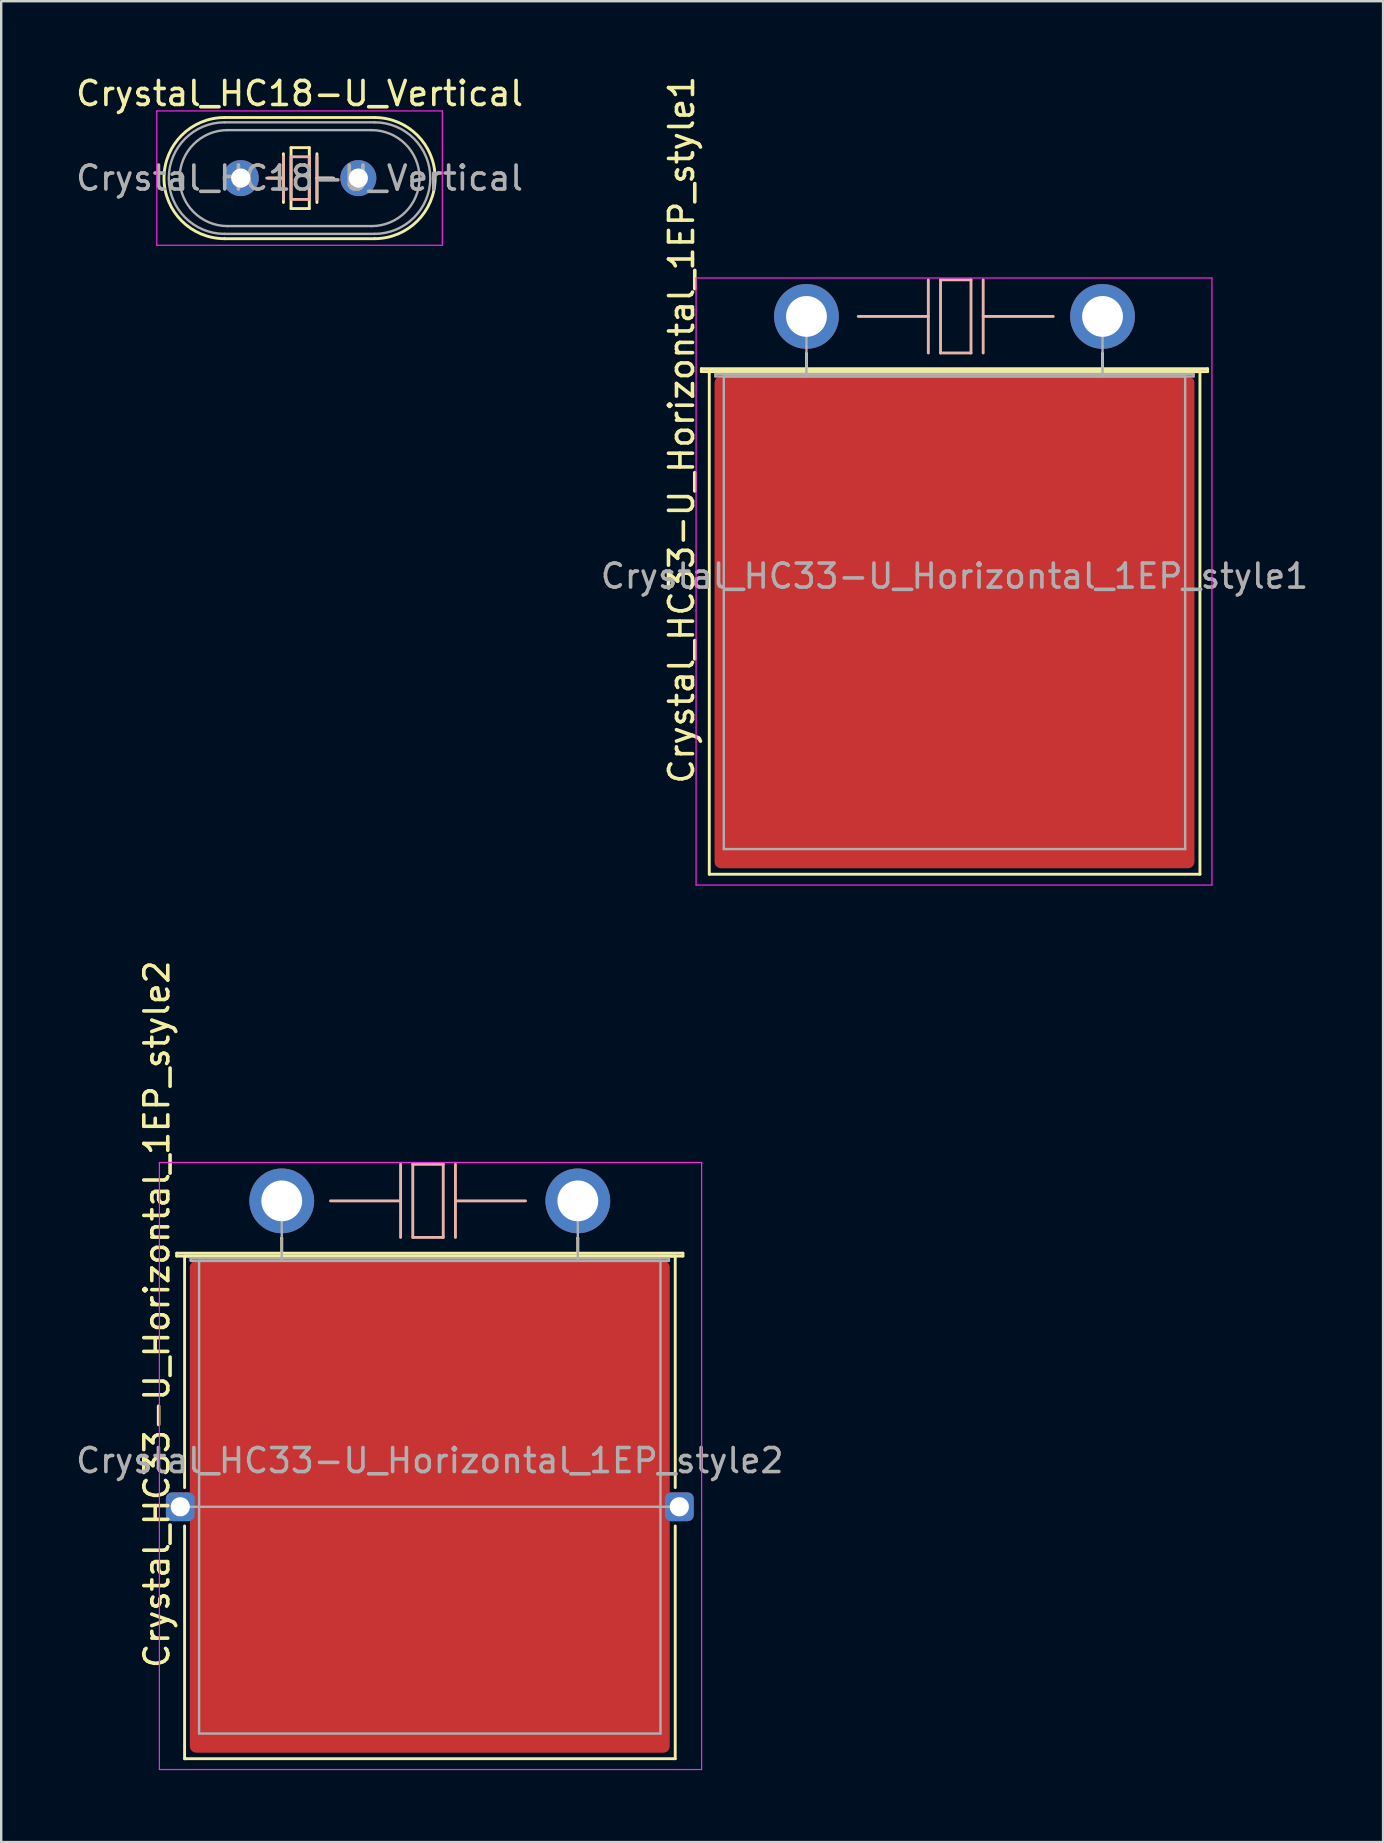
<source format=kicad_pcb>
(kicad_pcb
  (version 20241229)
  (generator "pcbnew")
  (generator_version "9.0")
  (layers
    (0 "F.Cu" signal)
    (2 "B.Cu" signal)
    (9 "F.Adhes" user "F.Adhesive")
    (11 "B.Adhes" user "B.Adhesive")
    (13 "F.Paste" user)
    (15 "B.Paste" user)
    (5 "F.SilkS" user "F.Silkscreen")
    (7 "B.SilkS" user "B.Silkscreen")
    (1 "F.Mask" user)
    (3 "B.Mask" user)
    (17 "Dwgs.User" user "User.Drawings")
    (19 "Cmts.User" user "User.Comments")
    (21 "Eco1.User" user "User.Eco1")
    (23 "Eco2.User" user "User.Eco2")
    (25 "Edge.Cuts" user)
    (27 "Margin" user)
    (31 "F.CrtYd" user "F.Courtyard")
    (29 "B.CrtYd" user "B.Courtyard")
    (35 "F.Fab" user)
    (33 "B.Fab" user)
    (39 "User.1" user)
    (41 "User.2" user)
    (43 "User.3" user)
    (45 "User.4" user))
  (footprint "Crystal_HC33-U_Horizontal_1EP_style2"
    (layer "F.Cu")
    (at 8.693 47.001)
    (property "Reference" "Crystal_HC33-U_Horizontal_1EP_style2" (at -5.205 4.725 90) (layer "F.SilkS") (effects (font (size 1 1) (thickness 0.15))))
    (attr through_hole)
    (fp_line (start -4.38 2.18) (end 16.72 2.18) (stroke (width 0.12) (type solid)) (layer "F.SilkS"))
    (fp_line (start -4.38 2.3) (end -4.38 2.18) (stroke (width 0.12) (type solid)) (layer "F.SilkS"))
    (fp_line (start -4.05 11.95) (end -4.05 2.3) (stroke (width 0.12) (type solid)) (layer "F.SilkS"))
    (fp_line (start -4.05 23.25) (end -4.05 13.55) (stroke (width 0.12) (type solid)) (layer "F.SilkS"))
    (fp_line (start -4.03 2.3) (end 16.37 2.3) (stroke (width 0.12) (type solid)) (layer "F.SilkS"))
    (fp_line (start -4 23.25) (end -4.05 23.25) (stroke (width 0.12) (type solid)) (layer "F.SilkS"))
    (fp_line (start 0 1.55) (end 0 1.55) (stroke (width 0.12) (type solid)) (layer "F.SilkS"))
    (fp_line (start 0 2.3) (end 0 1.55) (stroke (width 0.12) (type solid)) (layer "F.SilkS"))
    (fp_line (start 12.34 1.55) (end 12.34 1.55) (stroke (width 0.12) (type solid)) (layer "F.SilkS"))
    (fp_line (start 12.34 2.3) (end 12.34 1.55) (stroke (width 0.12) (type solid)) (layer "F.SilkS"))
    (fp_line (start 16.4 2.3) (end 16.4 11.95) (stroke (width 0.12) (type solid)) (layer "F.SilkS"))
    (fp_line (start 16.4 13.55) (end 16.4 23.25) (stroke (width 0.12) (type solid)) (layer "F.SilkS"))
    (fp_line (start 16.4 23.25) (end -4 23.25) (stroke (width 0.12) (type solid)) (layer "F.SilkS"))
    (fp_line (start 16.72 2.18) (end 16.72 2.3) (stroke (width 0.12) (type solid)) (layer "F.SilkS"))
    (fp_line (start 16.72 2.3) (end -4.38 2.3) (stroke (width 0.12) (type solid)) (layer "F.SilkS"))
    (fp_line (start 2.032 0) (end 4.953 0) (stroke (width 0.12) (type solid)) (layer "B.SilkS"))
    (fp_line (start 4.953 1.524) (end 4.953 -1.524) (stroke (width 0.12) (type solid)) (layer "B.SilkS"))
    (fp_line (start 5.461 -1.524) (end 5.461 1.524) (stroke (width 0.12) (type solid)) (layer "B.SilkS"))
    (fp_line (start 5.461 1.524) (end 6.731 1.524) (stroke (width 0.12) (type solid)) (layer "B.SilkS"))
    (fp_line (start 6.731 -1.524) (end 5.461 -1.524) (stroke (width 0.12) (type solid)) (layer "B.SilkS"))
    (fp_line (start 6.731 1.524) (end 6.731 -1.524) (stroke (width 0.12) (type solid)) (layer "B.SilkS"))
    (fp_line (start 7.239 1.524) (end 7.239 -1.524) (stroke (width 0.12) (type solid)) (layer "B.SilkS"))
    (fp_line (start 10.16 0) (end 7.239 0) (stroke (width 0.12) (type solid)) (layer "B.SilkS"))
    (fp_line (start -5.1 -1.6) (end -5.1 23.7) (stroke (width 0.05) (type solid)) (layer "F.CrtYd"))
    (fp_line (start -5.1 23.7) (end 17.5 23.7) (stroke (width 0.05) (type solid)) (layer "F.CrtYd"))
    (fp_line (start 17.5 -1.6) (end -5.1 -1.6) (stroke (width 0.05) (type solid)) (layer "F.CrtYd"))
    (fp_line (start 17.5 23.7) (end 17.5 -1.6) (stroke (width 0.05) (type solid)) (layer "F.CrtYd"))
    (fp_line (start -4.23 12.75) (end 16.57 12.75) (stroke (width 0.1) (type solid)) (layer "F.Fab"))
    (fp_line (start -3.795 2.4) (end 16.135 2.4) (stroke (width 0.1) (type solid)) (layer "F.Fab"))
    (fp_line (start -3.795 2.5) (end -3.795 2.4) (stroke (width 0.1) (type solid)) (layer "F.Fab"))
    (fp_line (start -3.445 2.5) (end -3.445 22.2) (stroke (width 0.1) (type solid)) (layer "F.Fab"))
    (fp_line (start -3.445 22.2) (end 15.785 22.2) (stroke (width 0.1) (type solid)) (layer "F.Fab"))
    (fp_line (start 0 1.25) (end 0 0) (stroke (width 0.1) (type solid)) (layer "F.Fab"))
    (fp_line (start 0 2.5) (end 0 1.25) (stroke (width 0.1) (type solid)) (layer "F.Fab"))
    (fp_line (start 12.34 1.25) (end 12.34 0) (stroke (width 0.1) (type solid)) (layer "F.Fab"))
    (fp_line (start 12.34 2.5) (end 12.34 1.25) (stroke (width 0.1) (type solid)) (layer "F.Fab"))
    (fp_line (start 15.785 2.5) (end -3.445 2.5) (stroke (width 0.1) (type solid)) (layer "F.Fab"))
    (fp_line (start 15.785 22.2) (end 15.785 2.5) (stroke (width 0.1) (type solid)) (layer "F.Fab"))
    (fp_line (start 16.135 2.4) (end 16.135 2.5) (stroke (width 0.1) (type solid)) (layer "F.Fab"))
    (fp_line (start 16.135 2.5) (end -3.795 2.5) (stroke (width 0.1) (type solid)) (layer "F.Fab"))
    (fp_text user "${REFERENCE}" (at 6.17 10.825 0) (layer "F.Fab") (effects (font (size 1 1) (thickness 0.15))))
    (pad "1" thru_hole circle (at 0 0) (size 2.7 2.7) (drill 1.7) (layers "*.Cu" "*.Mask"))
    (pad "2" thru_hole circle (at 12.34 0) (size 2.7 2.7) (drill 1.7) (layers "*.Cu" "*.Mask"))
    (pad "3" thru_hole roundrect (at -4.23 12.75) (size 1.2 1.2) (drill 0.8) (layers "*.Cu" "*.Mask") (roundrect_rratio 0.208))
    (pad "3" smd roundrect (at 6.17 12.75) (size 20 20.5) (layers "F.Cu" "F.Mask" "F.Paste") (roundrect_rratio 0.013))
    (pad "3" thru_hole roundrect (at 16.57 12.75) (size 1.2 1.2) (drill 0.8) (layers "*.Cu" "*.Mask") (roundrect_rratio 0.208)))
  (footprint "Crystal_HC18-U_Vertical"
    (layer "F.Cu")
    (at 6.985 4.373)
    (property "Reference" "Crystal_HC18-U_Vertical" (at 2.45 -3.525 0) (layer "F.SilkS") (effects (font (size 1 1) (thickness 0.15))))
    (attr through_hole)
    (fp_line (start -0.675 -2.525) (end 5.575 -2.525) (stroke (width 0.12) (type solid)) (layer "F.SilkS"))
    (fp_line (start -0.675 2.525) (end 5.575 2.525) (stroke (width 0.12) (type solid)) (layer "F.SilkS"))
    (fp_line (start 1.143 0) (end 1.778 0) (stroke (width 0.12) (type solid)) (layer "F.SilkS"))
    (fp_line (start 1.778 0) (end 1.778 -1.016) (stroke (width 0.12) (type solid)) (layer "F.SilkS"))
    (fp_line (start 1.778 0) (end 1.778 1.016) (stroke (width 0.12) (type solid)) (layer "F.SilkS"))
    (fp_line (start 2.095 -1.27) (end 2.095 1.27) (stroke (width 0.12) (type solid)) (layer "F.SilkS"))
    (fp_line (start 2.095 1.27) (end 2.857 1.27) (stroke (width 0.12) (type solid)) (layer "F.SilkS"))
    (fp_line (start 2.857 -1.27) (end 2.095 -1.27) (stroke (width 0.12) (type solid)) (layer "F.SilkS"))
    (fp_line (start 2.857 1.27) (end 2.857 -1.27) (stroke (width 0.12) (type solid)) (layer "F.SilkS"))
    (fp_line (start 3.175 0) (end 3.175 -1.016) (stroke (width 0.12) (type solid)) (layer "F.SilkS"))
    (fp_line (start 3.175 0) (end 3.175 1.016) (stroke (width 0.12) (type solid)) (layer "F.SilkS"))
    (fp_line (start 3.81 0) (end 3.175 0) (stroke (width 0.12) (type solid)) (layer "F.SilkS"))
    (fp_arc (start -0.675 2.525) (mid -3.2 0) (end -0.675 -2.525) (stroke (width 0.12) (type solid)) (layer "F.SilkS"))
    (fp_arc (start 5.575 -2.525) (mid 8.1 0) (end 5.575 2.525) (stroke (width 0.12) (type solid)) (layer "F.SilkS"))
    (fp_line (start 1.778 -0.889) (end 1.778 0.889) (stroke (width 0.12) (type solid)) (layer "B.SilkS"))
    (fp_line (start 1.778 0) (end 1.079 0) (stroke (width 0.12) (type solid)) (layer "B.SilkS"))
    (fp_line (start 3.175 -0.889) (end 3.175 0.889) (stroke (width 0.12) (type solid)) (layer "B.SilkS"))
    (fp_line (start 3.175 0) (end 3.873 0) (stroke (width 0.12) (type solid)) (layer "B.SilkS"))
    (fp_rect (start 2.095 -0.889) (end 2.857 0.889) (stroke (width 0.12) (type solid)) (fill no) (layer "B.SilkS"))
    (fp_line (start -3.5 -2.8) (end -3.5 2.8) (stroke (width 0.05) (type solid)) (layer "F.CrtYd"))
    (fp_line (start -3.5 2.8) (end 8.4 2.8) (stroke (width 0.05) (type solid)) (layer "F.CrtYd"))
    (fp_line (start 8.4 -2.8) (end -3.5 -2.8) (stroke (width 0.05) (type solid)) (layer "F.CrtYd"))
    (fp_line (start 8.4 2.8) (end 8.4 -2.8) (stroke (width 0.05) (type solid)) (layer "F.CrtYd"))
    (fp_line (start -0.675 -2.325) (end 5.575 -2.325) (stroke (width 0.1) (type solid)) (layer "F.Fab"))
    (fp_line (start -0.675 2.325) (end 5.575 2.325) (stroke (width 0.1) (type solid)) (layer "F.Fab"))
    (fp_line (start -0.55 -2) (end 5.45 -2) (stroke (width 0.1) (type solid)) (layer "F.Fab"))
    (fp_line (start -0.55 2) (end 5.45 2) (stroke (width 0.1) (type solid)) (layer "F.Fab"))
    (fp_arc (start -0.675 2.325) (mid -3 0) (end -0.675 -2.325) (stroke (width 0.1) (type solid)) (layer "F.Fab"))
    (fp_arc (start -0.55 2) (mid -2.55 0) (end -0.55 -2) (stroke (width 0.1) (type solid)) (layer "F.Fab"))
    (fp_arc (start 5.45 -2) (mid 7.45 0) (end 5.45 2) (stroke (width 0.1) (type solid)) (layer "F.Fab"))
    (fp_arc (start 5.575 -2.325) (mid 7.9 0) (end 5.575 2.325) (stroke (width 0.1) (type solid)) (layer "F.Fab"))
    (fp_text user "${REFERENCE}" (at 2.45 0 0) (layer "F.Fab") (effects (font (size 1 1) (thickness 0.15))))
    (pad "1" thru_hole circle (at 0 0) (size 1.5 1.5) (drill 0.8) (layers "*.Cu" "*.Mask"))
    (pad "2" thru_hole circle (at 4.9 0) (size 1.5 1.5) (drill 0.8) (layers "*.Cu" "*.Mask")))
  (footprint "Crystal_HC33-U_Horizontal_1EP_style1"
    (layer "F.Cu")
    (at 30.562 10.138)
    (property "Reference" "Crystal_HC33-U_Horizontal_1EP_style1" (at -5.205 4.725 90) (layer "F.SilkS") (effects (font (size 1 1) (thickness 0.15))))
    (attr through_hole)
    (fp_line (start -4.38 2.18) (end 16.72 2.18) (stroke (width 0.12) (type solid)) (layer "F.SilkS"))
    (fp_line (start -4.38 2.3) (end -4.38 2.18) (stroke (width 0.12) (type solid)) (layer "F.SilkS"))
    (fp_line (start -4.05 2.3) (end -4.05 23.25) (stroke (width 0.12) (type solid)) (layer "F.SilkS"))
    (fp_line (start -4.05 23.25) (end 16.4 23.25) (stroke (width 0.12) (type solid)) (layer "F.SilkS"))
    (fp_line (start 0 1.55) (end 0 1.55) (stroke (width 0.12) (type solid)) (layer "F.SilkS"))
    (fp_line (start 0 2.3) (end 0 1.55) (stroke (width 0.12) (type solid)) (layer "F.SilkS"))
    (fp_line (start 12.34 1.55) (end 12.34 1.55) (stroke (width 0.12) (type solid)) (layer "F.SilkS"))
    (fp_line (start 12.34 2.3) (end 12.34 1.55) (stroke (width 0.12) (type solid)) (layer "F.SilkS"))
    (fp_line (start 16.37 2.3) (end -4.03 2.3) (stroke (width 0.12) (type solid)) (layer "F.SilkS"))
    (fp_line (start 16.4 23.25) (end 16.4 2.3) (stroke (width 0.12) (type solid)) (layer "F.SilkS"))
    (fp_line (start 16.72 2.18) (end 16.72 2.3) (stroke (width 0.12) (type solid)) (layer "F.SilkS"))
    (fp_line (start 16.72 2.3) (end -4.38 2.3) (stroke (width 0.12) (type solid)) (layer "F.SilkS"))
    (fp_line (start 2.159 0) (end 5.08 0) (stroke (width 0.12) (type solid)) (layer "B.SilkS"))
    (fp_line (start 5.08 1.524) (end 5.08 -1.524) (stroke (width 0.12) (type solid)) (layer "B.SilkS"))
    (fp_line (start 5.588 -1.524) (end 5.588 1.524) (stroke (width 0.12) (type solid)) (layer "B.SilkS"))
    (fp_line (start 5.588 1.524) (end 6.858 1.524) (stroke (width 0.12) (type solid)) (layer "B.SilkS"))
    (fp_line (start 6.858 -1.524) (end 5.588 -1.524) (stroke (width 0.12) (type solid)) (layer "B.SilkS"))
    (fp_line (start 6.858 1.524) (end 6.858 -1.524) (stroke (width 0.12) (type solid)) (layer "B.SilkS"))
    (fp_line (start 7.366 1.524) (end 7.366 -1.524) (stroke (width 0.12) (type solid)) (layer "B.SilkS"))
    (fp_line (start 10.287 0) (end 7.366 0) (stroke (width 0.12) (type solid)) (layer "B.SilkS"))
    (fp_line (start -4.6 -1.6) (end -4.6 23.7) (stroke (width 0.05) (type solid)) (layer "F.CrtYd"))
    (fp_line (start -4.6 23.7) (end 16.9 23.7) (stroke (width 0.05) (type solid)) (layer "F.CrtYd"))
    (fp_line (start 16.9 -1.6) (end -4.6 -1.6) (stroke (width 0.05) (type solid)) (layer "F.CrtYd"))
    (fp_line (start 16.9 23.7) (end 16.9 -1.6) (stroke (width 0.05) (type solid)) (layer "F.CrtYd"))
    (fp_line (start -3.795 2.4) (end 16.135 2.4) (stroke (width 0.1) (type solid)) (layer "F.Fab"))
    (fp_line (start -3.795 2.5) (end -3.795 2.4) (stroke (width 0.1) (type solid)) (layer "F.Fab"))
    (fp_line (start -3.445 2.5) (end -3.445 22.2) (stroke (width 0.1) (type solid)) (layer "F.Fab"))
    (fp_line (start -3.445 22.2) (end 15.785 22.2) (stroke (width 0.1) (type solid)) (layer "F.Fab"))
    (fp_line (start 0 1.25) (end 0 0) (stroke (width 0.1) (type solid)) (layer "F.Fab"))
    (fp_line (start 0 2.5) (end 0 1.25) (stroke (width 0.1) (type solid)) (layer "F.Fab"))
    (fp_line (start 12.34 1.25) (end 12.34 0) (stroke (width 0.1) (type solid)) (layer "F.Fab"))
    (fp_line (start 12.34 2.5) (end 12.34 1.25) (stroke (width 0.1) (type solid)) (layer "F.Fab"))
    (fp_line (start 15.785 2.5) (end -3.445 2.5) (stroke (width 0.1) (type solid)) (layer "F.Fab"))
    (fp_line (start 15.785 22.2) (end 15.785 2.5) (stroke (width 0.1) (type solid)) (layer "F.Fab"))
    (fp_line (start 16.135 2.4) (end 16.135 2.5) (stroke (width 0.1) (type solid)) (layer "F.Fab"))
    (fp_line (start 16.135 2.5) (end -3.795 2.5) (stroke (width 0.1) (type solid)) (layer "F.Fab"))
    (fp_text user "${REFERENCE}" (at 6.17 10.825 0) (layer "F.Fab") (effects (font (size 1 1) (thickness 0.15))))
    (pad "1" thru_hole circle (at 0 0) (size 2.7 2.7) (drill 1.7) (layers "*.Cu" "*.Mask"))
    (pad "2" thru_hole circle (at 12.34 0) (size 2.7 2.7) (drill 1.7) (layers "*.Cu" "*.Mask"))
    (pad "3" smd roundrect (at 6.17 12.75) (size 20 20.5) (layers "F.Cu" "F.Mask" "F.Paste") (roundrect_rratio 0.013)))
  (gr_rect
    (start -3 -3)
    (end 54.595 73.726)
    (stroke (width 0.1) (type default))
    (fill no)
    (layer "Edge.Cuts")))
</source>
